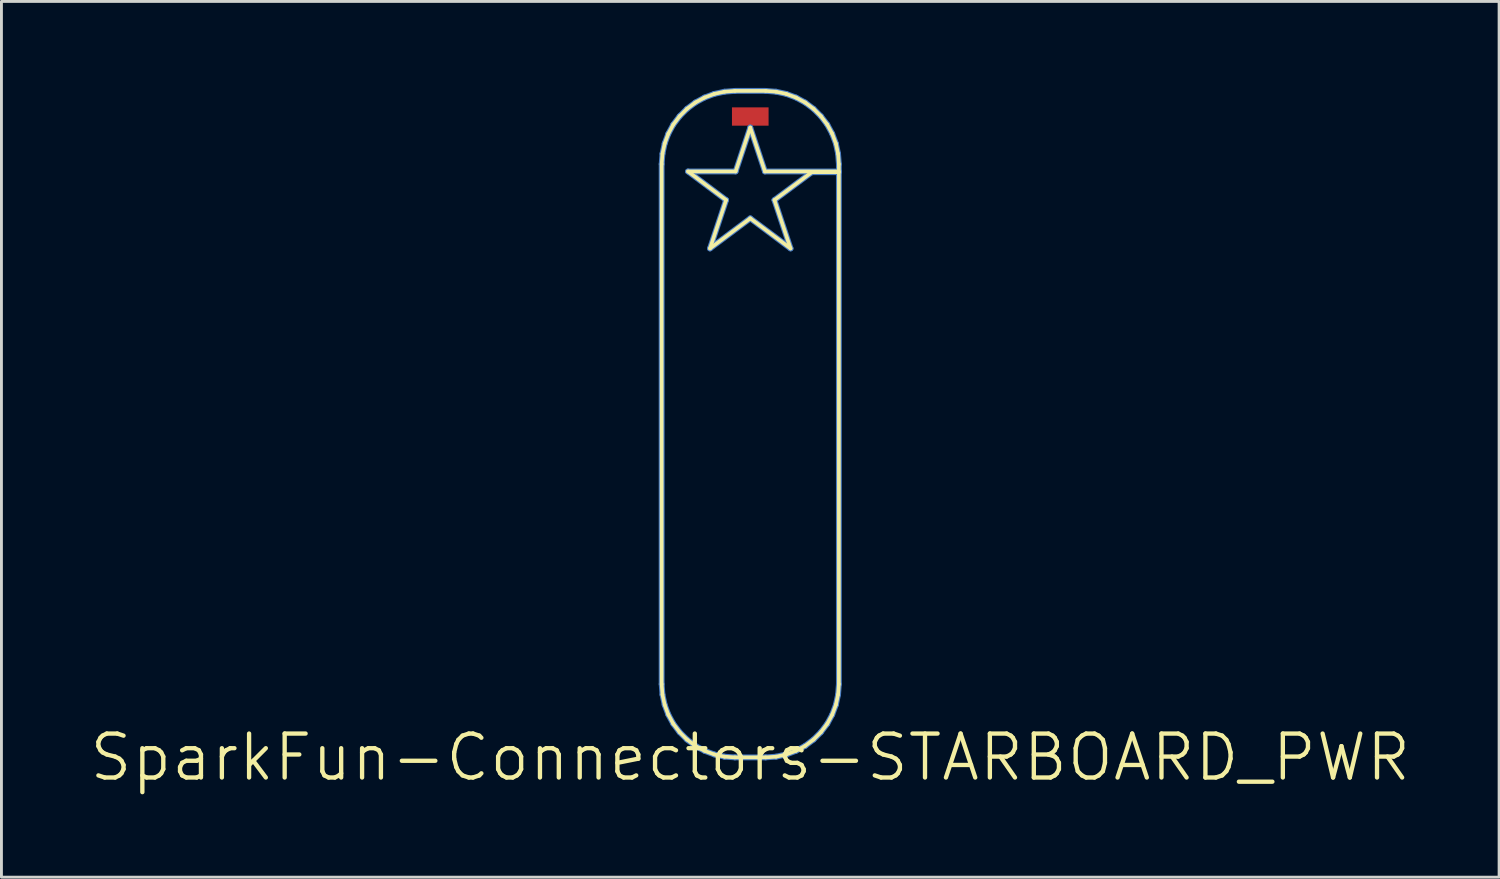
<source format=kicad_pcb>
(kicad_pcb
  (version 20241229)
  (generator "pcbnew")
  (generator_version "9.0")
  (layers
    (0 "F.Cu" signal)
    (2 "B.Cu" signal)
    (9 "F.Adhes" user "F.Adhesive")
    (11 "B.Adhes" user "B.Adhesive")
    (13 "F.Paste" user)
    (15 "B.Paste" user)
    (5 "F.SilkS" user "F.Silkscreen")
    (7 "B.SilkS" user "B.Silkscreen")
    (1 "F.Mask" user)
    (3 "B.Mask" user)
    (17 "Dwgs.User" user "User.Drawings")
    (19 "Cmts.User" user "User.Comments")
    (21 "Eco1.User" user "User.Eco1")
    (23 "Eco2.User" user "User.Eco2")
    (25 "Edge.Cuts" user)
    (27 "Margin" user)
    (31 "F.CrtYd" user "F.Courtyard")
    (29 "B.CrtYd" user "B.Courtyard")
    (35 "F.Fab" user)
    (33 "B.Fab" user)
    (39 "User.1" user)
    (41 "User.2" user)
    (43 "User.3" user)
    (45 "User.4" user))
  (footprint "SparkFun-Connectors-STARBOARD_PWR"
    (layer "F.Cu")
    (at 22.969 23.216)
    (property "Reference" "SparkFun-Connectors-STARBOARD_PWR" (at 0 0 0) (layer "F.SilkS") (effects (font (size 1.524 1.524) (thickness 0.15))))
    (attr smd)
    (fp_line (start -3.073 -20.574) (end -3.045 -20.935) (stroke (width 0.203) (type solid)) (layer "B.Cu"))
    (fp_line (start -3.073 -2.54) (end -3.073 -20.574) (stroke (width 0.203) (type solid)) (layer "B.Cu"))
    (fp_line (start -3.045 -20.935) (end -2.969 -21.288) (stroke (width 0.203) (type solid)) (layer "B.Cu"))
    (fp_line (start -3.045 -2.177) (end -3.073 -2.54) (stroke (width 0.203) (type solid)) (layer "B.Cu"))
    (fp_line (start -2.969 -21.288) (end -2.842 -21.628) (stroke (width 0.203) (type solid)) (layer "B.Cu"))
    (fp_line (start -2.969 -1.824) (end -3.045 -2.177) (stroke (width 0.203) (type solid)) (layer "B.Cu"))
    (fp_line (start -2.842 -21.628) (end -2.67 -21.946) (stroke (width 0.203) (type solid)) (layer "B.Cu"))
    (fp_line (start -2.842 -1.483) (end -2.969 -1.824) (stroke (width 0.203) (type solid)) (layer "B.Cu"))
    (fp_line (start -2.67 -21.946) (end -2.451 -22.235) (stroke (width 0.203) (type solid)) (layer "B.Cu"))
    (fp_line (start -2.67 -1.166) (end -2.842 -1.483) (stroke (width 0.203) (type solid)) (layer "B.Cu"))
    (fp_line (start -2.451 -22.235) (end -2.195 -22.492) (stroke (width 0.203) (type solid)) (layer "B.Cu"))
    (fp_line (start -2.451 -0.876) (end -2.67 -1.166) (stroke (width 0.203) (type solid)) (layer "B.Cu"))
    (fp_line (start -2.195 -22.492) (end -1.905 -22.71) (stroke (width 0.203) (type solid)) (layer "B.Cu"))
    (fp_line (start -2.195 -0.62) (end -2.451 -0.876) (stroke (width 0.203) (type solid)) (layer "B.Cu"))
    (fp_line (start -2.159 -20.32) (end -0.838 -19.329) (stroke (width 0.203) (type solid)) (layer "B.Cu"))
    (fp_line (start -1.905 -22.71) (end -1.587 -22.883) (stroke (width 0.203) (type solid)) (layer "B.Cu"))
    (fp_line (start -1.905 -0.401) (end -2.195 -0.62) (stroke (width 0.203) (type solid)) (layer "B.Cu"))
    (fp_line (start -1.587 -22.883) (end -1.247 -23.01) (stroke (width 0.203) (type solid)) (layer "B.Cu"))
    (fp_line (start -1.587 -0.229) (end -1.905 -0.401) (stroke (width 0.203) (type solid)) (layer "B.Cu"))
    (fp_line (start -1.397 -17.65) (end 0 -18.694) (stroke (width 0.203) (type solid)) (layer "B.Cu"))
    (fp_line (start -1.247 -23.01) (end -0.894 -23.086) (stroke (width 0.203) (type solid)) (layer "B.Cu"))
    (fp_line (start -1.247 -0.102) (end -1.587 -0.229) (stroke (width 0.203) (type solid)) (layer "B.Cu"))
    (fp_line (start -0.894 -23.086) (end -0.533 -23.114) (stroke (width 0.203) (type solid)) (layer "B.Cu"))
    (fp_line (start -0.894 -0.025) (end -1.247 -0.102) (stroke (width 0.203) (type solid)) (layer "B.Cu"))
    (fp_line (start -0.838 -19.329) (end -1.397 -17.65) (stroke (width 0.203) (type solid)) (layer "B.Cu"))
    (fp_line (start -0.533 -23.114) (end 0.533 -23.114) (stroke (width 0.203) (type solid)) (layer "B.Cu"))
    (fp_line (start -0.533 0) (end -0.894 -0.025) (stroke (width 0.203) (type solid)) (layer "B.Cu"))
    (fp_line (start -0.508 -20.32) (end -2.159 -20.32) (stroke (width 0.203) (type solid)) (layer "B.Cu"))
    (fp_line (start 0 -21.844) (end -0.508 -20.32) (stroke (width 0.203) (type solid)) (layer "B.Cu"))
    (fp_line (start 0 -18.694) (end 1.397 -17.65) (stroke (width 0.203) (type solid)) (layer "B.Cu"))
    (fp_line (start 0.508 -20.32) (end 0 -21.844) (stroke (width 0.203) (type solid)) (layer "B.Cu"))
    (fp_line (start 0.533 -23.114) (end 0.894 -23.086) (stroke (width 0.203) (type solid)) (layer "B.Cu"))
    (fp_line (start 0.533 0) (end -0.533 0) (stroke (width 0.203) (type solid)) (layer "B.Cu"))
    (fp_line (start 0.838 -19.329) (end 2.134 -20.295) (stroke (width 0.203) (type solid)) (layer "B.Cu"))
    (fp_line (start 0.894 -23.086) (end 1.247 -23.01) (stroke (width 0.203) (type solid)) (layer "B.Cu"))
    (fp_line (start 0.894 -0.025) (end 0.533 0) (stroke (width 0.203) (type solid)) (layer "B.Cu"))
    (fp_line (start 1.247 -23.01) (end 1.587 -22.883) (stroke (width 0.203) (type solid)) (layer "B.Cu"))
    (fp_line (start 1.247 -0.102) (end 0.894 -0.025) (stroke (width 0.203) (type solid)) (layer "B.Cu"))
    (fp_line (start 1.397 -17.65) (end 0.838 -19.329) (stroke (width 0.203) (type solid)) (layer "B.Cu"))
    (fp_line (start 1.587 -22.883) (end 1.905 -22.71) (stroke (width 0.203) (type solid)) (layer "B.Cu"))
    (fp_line (start 1.587 -0.229) (end 1.247 -0.102) (stroke (width 0.203) (type solid)) (layer "B.Cu"))
    (fp_line (start 1.905 -22.71) (end 2.195 -22.492) (stroke (width 0.203) (type solid)) (layer "B.Cu"))
    (fp_line (start 1.905 -0.401) (end 1.587 -0.229) (stroke (width 0.203) (type solid)) (layer "B.Cu"))
    (fp_line (start 2.134 -20.295) (end 3.073 -20.295) (stroke (width 0.203) (type solid)) (layer "B.Cu"))
    (fp_line (start 2.195 -22.492) (end 2.451 -22.235) (stroke (width 0.203) (type solid)) (layer "B.Cu"))
    (fp_line (start 2.195 -0.62) (end 1.905 -0.401) (stroke (width 0.203) (type solid)) (layer "B.Cu"))
    (fp_line (start 2.451 -22.235) (end 2.67 -21.946) (stroke (width 0.203) (type solid)) (layer "B.Cu"))
    (fp_line (start 2.451 -0.876) (end 2.195 -0.62) (stroke (width 0.203) (type solid)) (layer "B.Cu"))
    (fp_line (start 2.67 -21.946) (end 2.842 -21.628) (stroke (width 0.203) (type solid)) (layer "B.Cu"))
    (fp_line (start 2.67 -1.166) (end 2.451 -0.876) (stroke (width 0.203) (type solid)) (layer "B.Cu"))
    (fp_line (start 2.842 -21.628) (end 2.969 -21.288) (stroke (width 0.203) (type solid)) (layer "B.Cu"))
    (fp_line (start 2.842 -1.483) (end 2.67 -1.166) (stroke (width 0.203) (type solid)) (layer "B.Cu"))
    (fp_line (start 2.969 -21.288) (end 3.045 -20.935) (stroke (width 0.203) (type solid)) (layer "B.Cu"))
    (fp_line (start 2.969 -1.824) (end 2.842 -1.483) (stroke (width 0.203) (type solid)) (layer "B.Cu"))
    (fp_line (start 3.045 -20.935) (end 3.073 -20.574) (stroke (width 0.203) (type solid)) (layer "B.Cu"))
    (fp_line (start 3.045 -2.177) (end 2.969 -1.824) (stroke (width 0.203) (type solid)) (layer "B.Cu"))
    (fp_line (start 3.073 -20.574) (end 3.073 -20.32) (stroke (width 0.203) (type solid)) (layer "B.Cu"))
    (fp_line (start 3.073 -20.32) (end 0.508 -20.32) (stroke (width 0.203) (type solid)) (layer "B.Cu"))
    (fp_line (start 3.073 -20.295) (end 3.073 -2.54) (stroke (width 0.203) (type solid)) (layer "B.Cu"))
    (fp_line (start 3.073 -2.54) (end 3.045 -2.177) (stroke (width 0.203) (type solid)) (layer "B.Cu"))
    (fp_line (start -3.073 -20.574) (end -3.045 -20.935) (stroke (width 0.127) (type solid)) (layer "F.SilkS"))
    (fp_line (start -3.073 -2.54) (end -3.073 -20.574) (stroke (width 0.127) (type solid)) (layer "F.SilkS"))
    (fp_line (start -3.045 -20.935) (end -2.969 -21.288) (stroke (width 0.127) (type solid)) (layer "F.SilkS"))
    (fp_line (start -3.045 -2.177) (end -3.073 -2.54) (stroke (width 0.127) (type solid)) (layer "F.SilkS"))
    (fp_line (start -2.969 -21.288) (end -2.842 -21.628) (stroke (width 0.127) (type solid)) (layer "F.SilkS"))
    (fp_line (start -2.969 -1.824) (end -3.045 -2.177) (stroke (width 0.127) (type solid)) (layer "F.SilkS"))
    (fp_line (start -2.842 -21.628) (end -2.67 -21.946) (stroke (width 0.127) (type solid)) (layer "F.SilkS"))
    (fp_line (start -2.842 -1.483) (end -2.969 -1.824) (stroke (width 0.127) (type solid)) (layer "F.SilkS"))
    (fp_line (start -2.67 -21.946) (end -2.451 -22.235) (stroke (width 0.127) (type solid)) (layer "F.SilkS"))
    (fp_line (start -2.67 -1.166) (end -2.842 -1.483) (stroke (width 0.127) (type solid)) (layer "F.SilkS"))
    (fp_line (start -2.451 -22.235) (end -2.195 -22.492) (stroke (width 0.127) (type solid)) (layer "F.SilkS"))
    (fp_line (start -2.451 -0.876) (end -2.67 -1.166) (stroke (width 0.127) (type solid)) (layer "F.SilkS"))
    (fp_line (start -2.195 -22.492) (end -1.905 -22.71) (stroke (width 0.127) (type solid)) (layer "F.SilkS"))
    (fp_line (start -2.195 -0.62) (end -2.451 -0.876) (stroke (width 0.127) (type solid)) (layer "F.SilkS"))
    (fp_line (start -2.159 -20.32) (end -0.838 -19.329) (stroke (width 0.127) (type solid)) (layer "F.SilkS"))
    (fp_line (start -1.905 -22.71) (end -1.587 -22.883) (stroke (width 0.127) (type solid)) (layer "F.SilkS"))
    (fp_line (start -1.905 -0.401) (end -2.195 -0.62) (stroke (width 0.127) (type solid)) (layer "F.SilkS"))
    (fp_line (start -1.587 -22.883) (end -1.247 -23.01) (stroke (width 0.127) (type solid)) (layer "F.SilkS"))
    (fp_line (start -1.587 -0.229) (end -1.905 -0.401) (stroke (width 0.127) (type solid)) (layer "F.SilkS"))
    (fp_line (start -1.397 -17.65) (end 0 -18.694) (stroke (width 0.127) (type solid)) (layer "F.SilkS"))
    (fp_line (start -1.247 -23.01) (end -0.894 -23.086) (stroke (width 0.127) (type solid)) (layer "F.SilkS"))
    (fp_line (start -1.247 -0.102) (end -1.587 -0.229) (stroke (width 0.127) (type solid)) (layer "F.SilkS"))
    (fp_line (start -0.894 -23.086) (end -0.533 -23.114) (stroke (width 0.127) (type solid)) (layer "F.SilkS"))
    (fp_line (start -0.894 -0.025) (end -1.247 -0.102) (stroke (width 0.127) (type solid)) (layer "F.SilkS"))
    (fp_line (start -0.838 -19.329) (end -1.397 -17.65) (stroke (width 0.127) (type solid)) (layer "F.SilkS"))
    (fp_line (start -0.533 -23.114) (end 0.533 -23.114) (stroke (width 0.127) (type solid)) (layer "F.SilkS"))
    (fp_line (start -0.533 0) (end -0.894 -0.025) (stroke (width 0.127) (type solid)) (layer "F.SilkS"))
    (fp_line (start -0.508 -20.32) (end -2.159 -20.32) (stroke (width 0.127) (type solid)) (layer "F.SilkS"))
    (fp_line (start 0 -21.844) (end -0.508 -20.32) (stroke (width 0.127) (type solid)) (layer "F.SilkS"))
    (fp_line (start 0 -18.694) (end 1.397 -17.65) (stroke (width 0.127) (type solid)) (layer "F.SilkS"))
    (fp_line (start 0.508 -20.32) (end 0 -21.844) (stroke (width 0.127) (type solid)) (layer "F.SilkS"))
    (fp_line (start 0.533 -23.114) (end 0.894 -23.086) (stroke (width 0.127) (type solid)) (layer "F.SilkS"))
    (fp_line (start 0.533 0) (end -0.533 0) (stroke (width 0.127) (type solid)) (layer "F.SilkS"))
    (fp_line (start 0.838 -19.329) (end 2.134 -20.295) (stroke (width 0.127) (type solid)) (layer "F.SilkS"))
    (fp_line (start 0.894 -23.086) (end 1.247 -23.01) (stroke (width 0.127) (type solid)) (layer "F.SilkS"))
    (fp_line (start 0.894 -0.025) (end 0.533 0) (stroke (width 0.127) (type solid)) (layer "F.SilkS"))
    (fp_line (start 1.247 -23.01) (end 1.587 -22.883) (stroke (width 0.127) (type solid)) (layer "F.SilkS"))
    (fp_line (start 1.247 -0.102) (end 0.894 -0.025) (stroke (width 0.127) (type solid)) (layer "F.SilkS"))
    (fp_line (start 1.397 -17.65) (end 0.838 -19.329) (stroke (width 0.127) (type solid)) (layer "F.SilkS"))
    (fp_line (start 1.587 -22.883) (end 1.905 -22.71) (stroke (width 0.127) (type solid)) (layer "F.SilkS"))
    (fp_line (start 1.587 -0.229) (end 1.247 -0.102) (stroke (width 0.127) (type solid)) (layer "F.SilkS"))
    (fp_line (start 1.905 -22.71) (end 2.195 -22.492) (stroke (width 0.127) (type solid)) (layer "F.SilkS"))
    (fp_line (start 1.905 -0.401) (end 1.587 -0.229) (stroke (width 0.127) (type solid)) (layer "F.SilkS"))
    (fp_line (start 2.134 -20.295) (end 3.073 -20.295) (stroke (width 0.127) (type solid)) (layer "F.SilkS"))
    (fp_line (start 2.195 -22.492) (end 2.451 -22.235) (stroke (width 0.127) (type solid)) (layer "F.SilkS"))
    (fp_line (start 2.195 -0.62) (end 1.905 -0.401) (stroke (width 0.127) (type solid)) (layer "F.SilkS"))
    (fp_line (start 2.451 -22.235) (end 2.67 -21.946) (stroke (width 0.127) (type solid)) (layer "F.SilkS"))
    (fp_line (start 2.451 -0.876) (end 2.195 -0.62) (stroke (width 0.127) (type solid)) (layer "F.SilkS"))
    (fp_line (start 2.67 -21.946) (end 2.842 -21.628) (stroke (width 0.127) (type solid)) (layer "F.SilkS"))
    (fp_line (start 2.67 -1.166) (end 2.451 -0.876) (stroke (width 0.127) (type solid)) (layer "F.SilkS"))
    (fp_line (start 2.842 -21.628) (end 2.969 -21.288) (stroke (width 0.127) (type solid)) (layer "F.SilkS"))
    (fp_line (start 2.842 -1.483) (end 2.67 -1.166) (stroke (width 0.127) (type solid)) (layer "F.SilkS"))
    (fp_line (start 2.969 -21.288) (end 3.045 -20.935) (stroke (width 0.127) (type solid)) (layer "F.SilkS"))
    (fp_line (start 2.969 -1.824) (end 2.842 -1.483) (stroke (width 0.127) (type solid)) (layer "F.SilkS"))
    (fp_line (start 3.045 -20.935) (end 3.073 -20.574) (stroke (width 0.127) (type solid)) (layer "F.SilkS"))
    (fp_line (start 3.045 -2.177) (end 2.969 -1.824) (stroke (width 0.127) (type solid)) (layer "F.SilkS"))
    (fp_line (start 3.073 -20.574) (end 3.073 -20.32) (stroke (width 0.127) (type solid)) (layer "F.SilkS"))
    (fp_line (start 3.073 -20.32) (end 0.508 -20.32) (stroke (width 0.127) (type solid)) (layer "F.SilkS"))
    (fp_line (start 3.073 -20.295) (end 3.073 -2.54) (stroke (width 0.127) (type solid)) (layer "F.SilkS"))
    (fp_line (start 3.073 -2.54) (end 3.045 -2.177) (stroke (width 0.127) (type solid)) (layer "F.SilkS"))
    (pad "PWR" smd rect (at 0 -22.225) (size 1.27 0.635) (layers "F.Cu" "F.Mask" "F.Paste")))
  (gr_rect
    (start -3 -3)
    (end 48.938 27.37)
    (stroke (width 0.1) (type default))
    (fill no)
    (layer "Edge.Cuts")))
</source>
